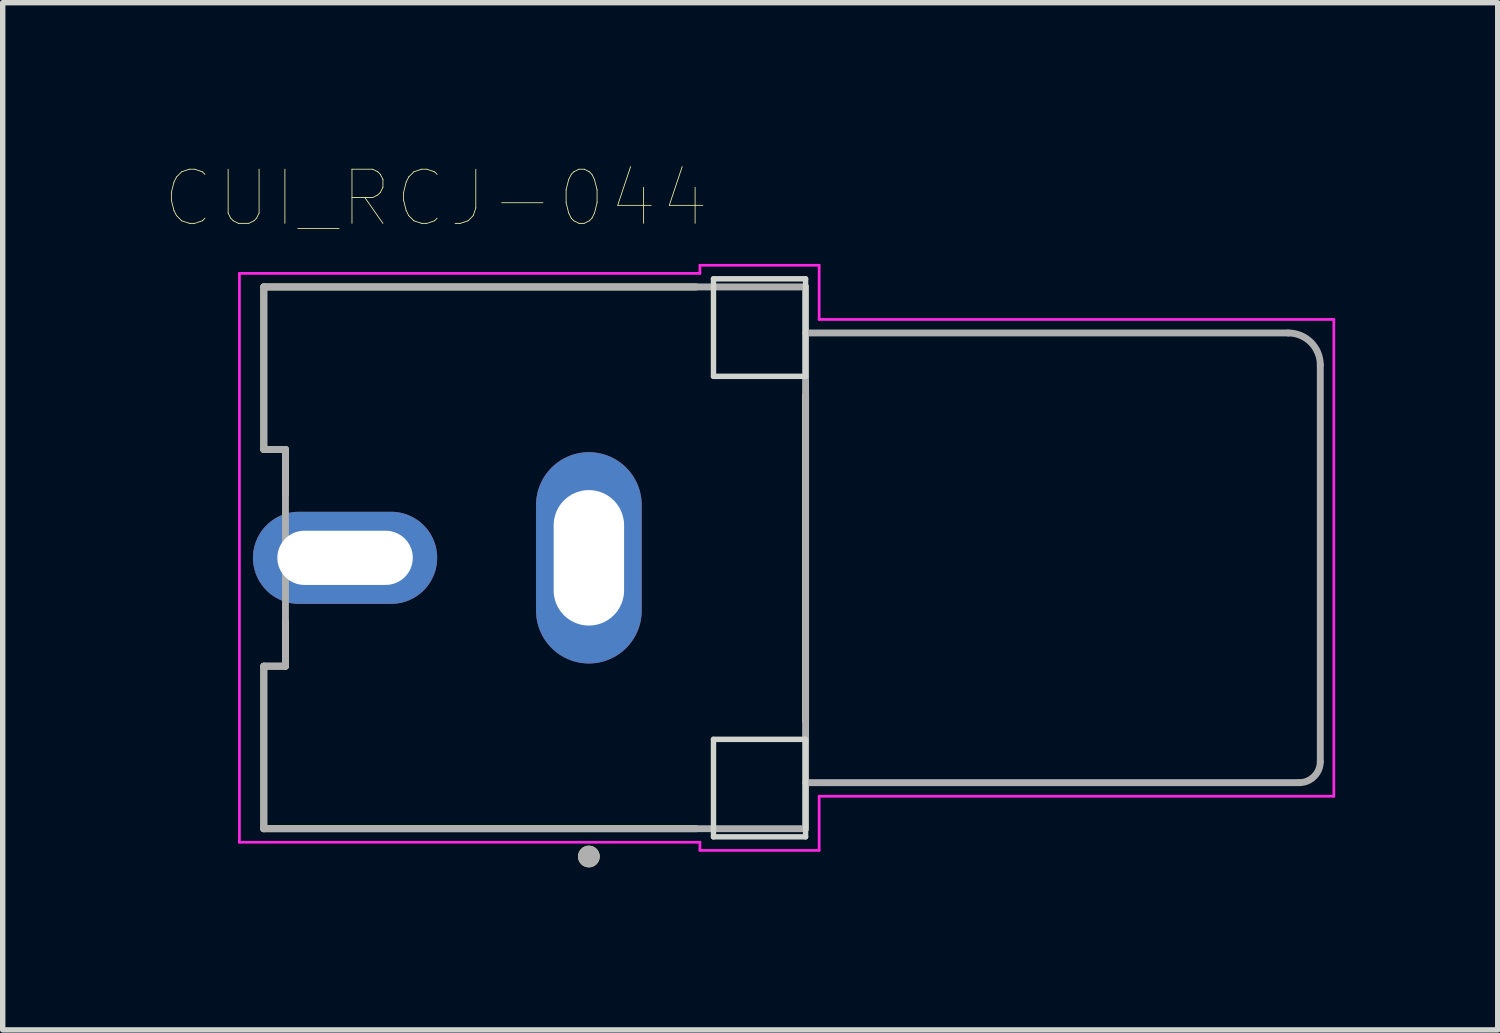
<source format=kicad_pcb>
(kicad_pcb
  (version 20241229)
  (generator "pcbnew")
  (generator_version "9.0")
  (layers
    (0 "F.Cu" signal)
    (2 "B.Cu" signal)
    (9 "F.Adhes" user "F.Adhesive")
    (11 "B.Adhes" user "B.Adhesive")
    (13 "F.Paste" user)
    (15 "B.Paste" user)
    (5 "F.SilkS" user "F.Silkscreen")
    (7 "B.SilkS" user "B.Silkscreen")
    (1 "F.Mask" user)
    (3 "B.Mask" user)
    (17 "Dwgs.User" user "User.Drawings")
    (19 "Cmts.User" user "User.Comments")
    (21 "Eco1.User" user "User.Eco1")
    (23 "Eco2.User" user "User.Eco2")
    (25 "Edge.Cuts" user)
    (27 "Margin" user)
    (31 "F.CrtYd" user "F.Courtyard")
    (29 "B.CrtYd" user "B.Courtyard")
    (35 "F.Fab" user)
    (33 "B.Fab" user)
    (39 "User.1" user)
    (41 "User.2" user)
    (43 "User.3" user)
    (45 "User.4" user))
  (footprint "CUI_RCJ-044"
    (layer "F.Cu")
    (at 7.819 7.246)
    (property "Reference" "CUI_RCJ-044" (at -2.825 -6.635 0) (layer "F.SilkS") (effects (font (size 1 1) (thickness 0.015))))
    (attr through_hole)
    (fp_line (start -6 -5) (end 1.98 -5) (stroke (width 0.127) (type solid)) (layer "F.SilkS"))
    (fp_line (start -6 -2) (end -6 -5) (stroke (width 0.127) (type solid)) (layer "F.SilkS"))
    (fp_line (start -6 2) (end -5.6 2) (stroke (width 0.127) (type solid)) (layer "F.SilkS"))
    (fp_line (start -6 5) (end -6 2) (stroke (width 0.127) (type solid)) (layer "F.SilkS"))
    (fp_line (start -6 5) (end 1.98 5) (stroke (width 0.127) (type solid)) (layer "F.SilkS"))
    (fp_line (start -5.6 -2) (end -6 -2) (stroke (width 0.127) (type solid)) (layer "F.SilkS"))
    (fp_line (start -5.6 -1.17) (end -5.6 -2) (stroke (width 0.127) (type solid)) (layer "F.SilkS"))
    (fp_line (start -5.6 2) (end -5.6 1.17) (stroke (width 0.127) (type solid)) (layer "F.SilkS"))
    (fp_line (start 4 3) (end 4 -3) (stroke (width 0.127) (type solid)) (layer "F.SilkS"))
    (fp_circle (center 0 5.513) (end 0.1 5.513) (stroke (width 0.2) (type solid)) (fill no) (layer "F.SilkS"))
    (fp_line (start 2.3 -5.15) (end 2.3 -3.35) (stroke (width 0.1) (type solid)) (layer "Edge.Cuts"))
    (fp_line (start 2.3 -3.35) (end 4 -3.35) (stroke (width 0.1) (type solid)) (layer "Edge.Cuts"))
    (fp_line (start 2.3 3.35) (end 2.3 5.15) (stroke (width 0.1) (type solid)) (layer "Edge.Cuts"))
    (fp_line (start 2.3 5.15) (end 4 5.15) (stroke (width 0.1) (type solid)) (layer "Edge.Cuts"))
    (fp_line (start 4 -5.15) (end 2.3 -5.15) (stroke (width 0.1) (type solid)) (layer "Edge.Cuts"))
    (fp_line (start 4 -3.35) (end 4 -5.15) (stroke (width 0.1) (type solid)) (layer "Edge.Cuts"))
    (fp_line (start 4 3.35) (end 2.3 3.35) (stroke (width 0.1) (type solid)) (layer "Edge.Cuts"))
    (fp_line (start 4 5.15) (end 4 3.35) (stroke (width 0.1) (type solid)) (layer "Edge.Cuts"))
    (fp_line (start -6.45 -5.25) (end -6.45 5.25) (stroke (width 0.05) (type solid)) (layer "F.CrtYd"))
    (fp_line (start -6.45 5.25) (end 2.05 5.25) (stroke (width 0.05) (type solid)) (layer "F.CrtYd"))
    (fp_line (start 2.05 -5.4) (end 2.05 -5.25) (stroke (width 0.05) (type solid)) (layer "F.CrtYd"))
    (fp_line (start 2.05 -5.25) (end -6.45 -5.25) (stroke (width 0.05) (type solid)) (layer "F.CrtYd"))
    (fp_line (start 2.05 5.25) (end 2.05 5.4) (stroke (width 0.05) (type solid)) (layer "F.CrtYd"))
    (fp_line (start 2.05 5.4) (end 4.25 5.4) (stroke (width 0.05) (type solid)) (layer "F.CrtYd"))
    (fp_line (start 4.25 -5.4) (end 2.05 -5.4) (stroke (width 0.05) (type solid)) (layer "F.CrtYd"))
    (fp_line (start 4.25 -4.4) (end 4.25 -5.4) (stroke (width 0.05) (type solid)) (layer "F.CrtYd"))
    (fp_line (start 4.25 4.4) (end 13.75 4.4) (stroke (width 0.05) (type solid)) (layer "F.CrtYd"))
    (fp_line (start 4.25 5.4) (end 4.25 4.4) (stroke (width 0.05) (type solid)) (layer "F.CrtYd"))
    (fp_line (start 13.75 -4.4) (end 4.25 -4.4) (stroke (width 0.05) (type solid)) (layer "F.CrtYd"))
    (fp_line (start 13.75 4.4) (end 13.75 -4.4) (stroke (width 0.05) (type solid)) (layer "F.CrtYd"))
    (fp_line (start -6 -5) (end 4 -5) (stroke (width 0.127) (type solid)) (layer "F.Fab"))
    (fp_line (start -6 -2) (end -6 -5) (stroke (width 0.127) (type solid)) (layer "F.Fab"))
    (fp_line (start -6 2) (end -5.6 2) (stroke (width 0.127) (type solid)) (layer "F.Fab"))
    (fp_line (start -6 5) (end -6 2) (stroke (width 0.127) (type solid)) (layer "F.Fab"))
    (fp_line (start -5.6 -2) (end -6 -2) (stroke (width 0.127) (type solid)) (layer "F.Fab"))
    (fp_line (start -5.6 2) (end -5.6 -2) (stroke (width 0.127) (type solid)) (layer "F.Fab"))
    (fp_line (start 4 -5) (end 4 -4.15) (stroke (width 0.127) (type solid)) (layer "F.Fab"))
    (fp_line (start 4 -4.15) (end 4 4.15) (stroke (width 0.127) (type solid)) (layer "F.Fab"))
    (fp_line (start 4 -4.15) (end 12.91 -4.15) (stroke (width 0.127) (type solid)) (layer "F.Fab"))
    (fp_line (start 4 4.15) (end 4 5) (stroke (width 0.127) (type solid)) (layer "F.Fab"))
    (fp_line (start 4 5) (end -6 5) (stroke (width 0.127) (type solid)) (layer "F.Fab"))
    (fp_line (start 13.11 4.15) (end 4 4.15) (stroke (width 0.127) (type solid)) (layer "F.Fab"))
    (fp_line (start 13.5 -3.56) (end 13.5 3.76) (stroke (width 0.127) (type solid)) (layer "F.Fab"))
    (fp_arc (start 12.91 -4.15) (mid 13.327193 -3.977193) (end 13.5 -3.56) (stroke (width 0.127) (type solid)) (layer "F.Fab"))
    (fp_arc (start 13.5 3.76) (mid 13.385772 4.035772) (end 13.11 4.15) (stroke (width 0.127) (type solid)) (layer "F.Fab"))
    (fp_circle (center 0 5.513) (end 0.1 5.513) (stroke (width 0.2) (type solid)) (fill no) (layer "F.Fab"))
    (pad "1" thru_hole oval (at 0 0) (size 1.95 3.9) (drill oval 1.3 2.5) (layers "*.Cu" "*.Mask"))
    (pad "2" thru_hole oval (at -4.5 0) (size 3.4 1.7) (drill oval 2.5 1) (layers "*.Cu" "*.Mask")))
  (gr_rect
    (start -3 -3)
    (end 24.594 15.959)
    (stroke (width 0.1) (type default))
    (fill no)
    (layer "Edge.Cuts")))
</source>
